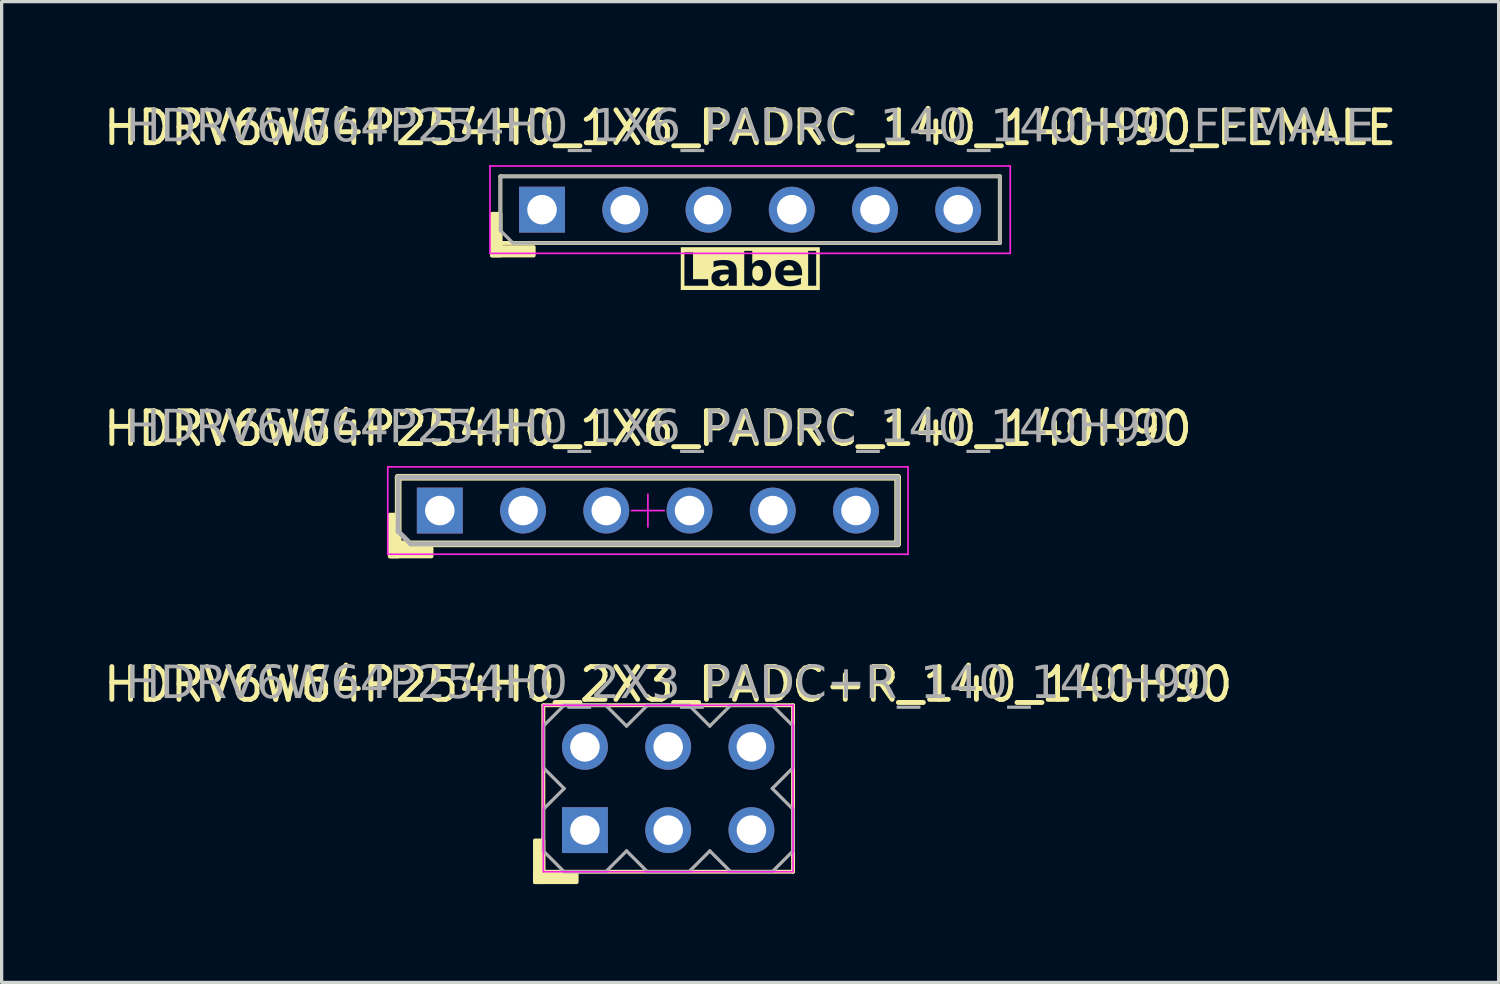
<source format=kicad_pcb>
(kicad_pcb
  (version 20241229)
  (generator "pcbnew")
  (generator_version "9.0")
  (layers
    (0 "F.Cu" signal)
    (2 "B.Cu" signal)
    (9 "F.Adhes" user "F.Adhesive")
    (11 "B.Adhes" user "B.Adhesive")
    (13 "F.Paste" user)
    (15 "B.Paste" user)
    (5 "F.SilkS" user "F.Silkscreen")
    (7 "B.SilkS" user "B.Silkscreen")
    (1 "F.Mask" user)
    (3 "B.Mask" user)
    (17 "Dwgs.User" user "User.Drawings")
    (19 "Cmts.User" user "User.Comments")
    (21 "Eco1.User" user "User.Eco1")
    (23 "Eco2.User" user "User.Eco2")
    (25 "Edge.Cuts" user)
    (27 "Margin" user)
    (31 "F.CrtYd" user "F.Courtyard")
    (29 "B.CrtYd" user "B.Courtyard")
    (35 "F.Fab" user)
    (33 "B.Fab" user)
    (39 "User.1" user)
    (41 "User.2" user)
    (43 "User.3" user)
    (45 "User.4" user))
  (footprint "HDRV6W64P254H0_2X3_PADC+R_140_140H90"
    (layer "F.Cu")
    (at 17.339 21.01)
    (property "Reference" "HDRV6W64P254H0_2X3_PADC+R_140_140H90" (at 0 -3.175 0) (layer "F.SilkS") (effects (font (size 1 1) (thickness 0.15))))
    (attr through_hole)
    (fp_line (start -3.81 2.54) (end -3.81 -2.54) (stroke (width 0.12) (type solid)) (layer "F.SilkS"))
    (fp_line (start 3.81 -2.54) (end -3.81 -2.54) (stroke (width 0.12) (type solid)) (layer "F.SilkS"))
    (fp_line (start 3.81 2.54) (end -3.81 2.54) (stroke (width 0.12) (type solid)) (layer "F.SilkS"))
    (fp_line (start 3.81 2.54) (end 3.81 -2.54) (stroke (width 0.12) (type solid)) (layer "F.SilkS"))
    (fp_rect (start -4.064 1.587) (end -3.81 2.857) (stroke (width 0.12) (type solid)) (fill yes) (layer "F.SilkS"))
    (fp_rect (start -4.064 2.603) (end -2.794 2.857) (stroke (width 0.12) (type solid)) (fill yes) (layer "F.SilkS"))
    (fp_line (start -3.81 2.54) (end -3.81 -2.54) (stroke (width 0.05) (type solid)) (layer "F.CrtYd"))
    (fp_line (start 3.81 -2.54) (end -3.81 -2.54) (stroke (width 0.05) (type solid)) (layer "F.CrtYd"))
    (fp_line (start 3.81 2.54) (end -3.81 2.54) (stroke (width 0.05) (type solid)) (layer "F.CrtYd"))
    (fp_line (start 3.81 2.54) (end 3.81 -2.54) (stroke (width 0.05) (type solid)) (layer "F.CrtYd"))
    (fp_line (start -3.81 -1.905) (end -3.81 -0.635) (stroke (width 0.1) (type solid)) (layer "F.Fab"))
    (fp_line (start -3.81 -1.905) (end -3.175 -2.54) (stroke (width 0.1) (type solid)) (layer "F.Fab"))
    (fp_line (start -3.81 0.635) (end -3.175 0) (stroke (width 0.1) (type solid)) (layer "F.Fab"))
    (fp_line (start -3.81 1.905) (end -3.81 0.635) (stroke (width 0.1) (type solid)) (layer "F.Fab"))
    (fp_line (start -3.175 -2.54) (end -1.905 -2.54) (stroke (width 0.1) (type solid)) (layer "F.Fab"))
    (fp_line (start -3.175 0) (end -3.81 -0.635) (stroke (width 0.1) (type solid)) (layer "F.Fab"))
    (fp_line (start -3.175 2.54) (end -3.81 1.905) (stroke (width 0.1) (type solid)) (layer "F.Fab"))
    (fp_line (start -1.905 -2.54) (end -1.27 -1.905) (stroke (width 0.1) (type solid)) (layer "F.Fab"))
    (fp_line (start -1.905 2.54) (end -3.175 2.54) (stroke (width 0.1) (type solid)) (layer "F.Fab"))
    (fp_line (start -1.27 -1.905) (end -0.635 -2.54) (stroke (width 0.1) (type solid)) (layer "F.Fab"))
    (fp_line (start -1.27 1.905) (end -1.905 2.54) (stroke (width 0.1) (type solid)) (layer "F.Fab"))
    (fp_line (start -0.635 -2.54) (end 0.635 -2.54) (stroke (width 0.1) (type solid)) (layer "F.Fab"))
    (fp_line (start -0.635 2.54) (end -1.27 1.905) (stroke (width 0.1) (type solid)) (layer "F.Fab"))
    (fp_line (start 0.635 -2.54) (end 1.27 -1.905) (stroke (width 0.1) (type solid)) (layer "F.Fab"))
    (fp_line (start 0.635 2.54) (end -0.635 2.54) (stroke (width 0.1) (type solid)) (layer "F.Fab"))
    (fp_line (start 1.27 -1.905) (end 1.905 -2.54) (stroke (width 0.1) (type solid)) (layer "F.Fab"))
    (fp_line (start 1.27 1.905) (end 0.635 2.54) (stroke (width 0.1) (type solid)) (layer "F.Fab"))
    (fp_line (start 1.905 -2.54) (end 3.175 -2.54) (stroke (width 0.1) (type solid)) (layer "F.Fab"))
    (fp_line (start 1.905 2.54) (end 1.27 1.905) (stroke (width 0.1) (type solid)) (layer "F.Fab"))
    (fp_line (start 3.175 -2.54) (end 3.81 -1.905) (stroke (width 0.1) (type solid)) (layer "F.Fab"))
    (fp_line (start 3.175 0) (end 3.81 0.635) (stroke (width 0.1) (type solid)) (layer "F.Fab"))
    (fp_line (start 3.175 2.54) (end 1.905 2.54) (stroke (width 0.1) (type solid)) (layer "F.Fab"))
    (fp_line (start 3.81 -1.905) (end 3.81 -0.635) (stroke (width 0.1) (type solid)) (layer "F.Fab"))
    (fp_line (start 3.81 -0.635) (end 3.175 0) (stroke (width 0.1) (type solid)) (layer "F.Fab"))
    (fp_line (start 3.81 0.635) (end 3.81 1.905) (stroke (width 0.1) (type solid)) (layer "F.Fab"))
    (fp_line (start 3.81 1.905) (end 3.175 2.54) (stroke (width 0.1) (type solid)) (layer "F.Fab"))
    (fp_rect (start -2.286 -1.524) (end -2.794 -1.016) (stroke (width 0.1) (type solid)) (fill no) (layer "F.Fab"))
    (fp_rect (start -2.286 1.016) (end -2.794 1.524) (stroke (width 0.1) (type solid)) (fill no) (layer "F.Fab"))
    (fp_rect (start 0.254 -1.524) (end -0.254 -1.016) (stroke (width 0.1) (type solid)) (fill no) (layer "F.Fab"))
    (fp_rect (start 0.254 1.016) (end -0.254 1.524) (stroke (width 0.1) (type solid)) (fill no) (layer "F.Fab"))
    (fp_rect (start 2.794 -1.524) (end 2.286 -1.016) (stroke (width 0.1) (type solid)) (fill no) (layer "F.Fab"))
    (fp_rect (start 2.794 1.016) (end 2.286 1.524) (stroke (width 0.1) (type solid)) (fill no) (layer "F.Fab"))
    (fp_text user "${REFERENCE}" (at 0 -3.175 0) (layer "F.Fab") (effects (font (face "Tahoma") (size 1 1) (thickness 0.15))))
    (pad "1" thru_hole rect (at -2.54 1.27) (size 1.4 1.4) (drill 0.9) (layers "*.Cu" "*.Mask"))
    (pad "2" thru_hole circle (at -2.54 -1.27) (size 1.4 1.4) (drill 0.9) (layers "*.Cu" "*.Mask"))
    (pad "3" thru_hole circle (at 0 1.27) (size 1.4 1.4) (drill 0.9) (layers "*.Cu" "*.Mask"))
    (pad "4" thru_hole circle (at 0 -1.27) (size 1.4 1.4) (drill 0.9) (layers "*.Cu" "*.Mask"))
    (pad "5" thru_hole circle (at 2.54 1.27) (size 1.4 1.4) (drill 0.9) (layers "*.Cu" "*.Mask"))
    (pad "6" thru_hole circle (at 2.54 -1.27) (size 1.4 1.4) (drill 0.9) (layers "*.Cu" "*.Mask")))
  (footprint "HDRV6W64P254H0_1X6_PADRC_140_140H90_FEMALE"
    (layer "F.Cu")
    (at 19.839 3.348)
    (property "Reference" "HDRV6W64P254H0_1X6_PADRC_140_140H90_FEMALE" (at 0 -2.5 0) (layer "F.SilkS") (effects (font (size 1 1) (thickness 0.15))))
    (property "Label" "Label" (at 0 1.905 0) (layer "F.SilkS" knockout) (effects (font (face "Tahoma") (size 1 1) (thickness 0.2) (bold yes))))
    (attr through_hole exclude_from_pos_files exclude_from_bom)
    (fp_line (start -7.62 -1.016) (end -7.62 1.27) (stroke (width 0.12) (type solid)) (layer "F.SilkS"))
    (fp_line (start -7.62 1.016) (end 7.62 1.016) (stroke (width 0.12) (type solid)) (layer "F.SilkS"))
    (fp_line (start 7.62 -1.016) (end -7.62 -1.016) (stroke (width 0.12) (type solid)) (layer "F.SilkS"))
    (fp_line (start 7.62 1.016) (end 7.62 -1.016) (stroke (width 0.12) (type solid)) (layer "F.SilkS"))
    (fp_rect (start -7.62 0.127) (end -7.874 1.397) (stroke (width 0.12) (type solid)) (fill yes) (layer "F.SilkS"))
    (fp_rect (start -6.604 1.397) (end -7.874 1.143) (stroke (width 0.12) (type solid)) (fill yes) (layer "F.SilkS"))
    (fp_line (start -7.938 1.333) (end -7.938 -1.333) (stroke (width 0.05) (type solid)) (layer "F.CrtYd"))
    (fp_line (start 7.938 -1.333) (end -7.938 -1.333) (stroke (width 0.05) (type solid)) (layer "F.CrtYd"))
    (fp_line (start 7.938 1.333) (end -7.938 1.333) (stroke (width 0.05) (type solid)) (layer "F.CrtYd"))
    (fp_line (start 7.938 1.333) (end 7.938 -1.333) (stroke (width 0.05) (type solid)) (layer "F.CrtYd"))
    (fp_line (start -7.62 -1.016) (end -7.62 0.635) (stroke (width 0.1) (type solid)) (layer "F.Fab"))
    (fp_line (start -7.62 -1.016) (end 7.62 -1.016) (stroke (width 0.1) (type solid)) (layer "F.Fab"))
    (fp_line (start -7.62 0.635) (end -7.239 1.016) (stroke (width 0.1) (type solid)) (layer "F.Fab"))
    (fp_line (start 7.62 -1.016) (end 7.62 1.016) (stroke (width 0.1) (type solid)) (layer "F.Fab"))
    (fp_line (start 7.62 1.016) (end -7.239 1.016) (stroke (width 0.1) (type solid)) (layer "F.Fab"))
    (fp_rect (start -6.096 -0.254) (end -6.604 0.254) (stroke (width 0.1) (type solid)) (fill no) (layer "F.Fab"))
    (fp_rect (start -3.556 -0.254) (end -4.064 0.254) (stroke (width 0.1) (type solid)) (fill no) (layer "F.Fab"))
    (fp_rect (start -1.016 -0.254) (end -1.524 0.254) (stroke (width 0.1) (type solid)) (fill no) (layer "F.Fab"))
    (fp_rect (start 1.524 -0.254) (end 1.016 0.254) (stroke (width 0.1) (type solid)) (fill no) (layer "F.Fab"))
    (fp_rect (start 4.064 -0.254) (end 3.556 0.254) (stroke (width 0.1) (type solid)) (fill no) (layer "F.Fab"))
    (fp_rect (start 6.604 -0.254) (end 6.096 0.254) (stroke (width 0.1) (type solid)) (fill no) (layer "F.Fab"))
    (fp_text user "${REFERENCE}" (at 0 -2.5 0) (layer "F.Fab") (effects (font (face "Tahoma") (size 1 1) (thickness 0.15))))
    (pad "1" thru_hole rect (at -6.35 0) (size 1.4 1.4) (drill 0.9) (layers "*.Cu" "*.Mask"))
    (pad "2" thru_hole circle (at -3.81 0) (size 1.4 1.4) (drill 0.9) (layers "*.Cu" "*.Mask"))
    (pad "3" thru_hole circle (at -1.27 0) (size 1.4 1.4) (drill 0.9) (layers "*.Cu" "*.Mask"))
    (pad "4" thru_hole circle (at 1.27 0) (size 1.4 1.4) (drill 0.9) (layers "*.Cu" "*.Mask"))
    (pad "5" thru_hole circle (at 3.81 0) (size 1.4 1.4) (drill 0.9) (layers "*.Cu" "*.Mask"))
    (pad "6" thru_hole circle (at 6.35 0) (size 1.4 1.4) (drill 0.9) (layers "*.Cu" "*.Mask")))
  (footprint "HDRV6W64P254H0_1X6_PADRC_140_140H90"
    (layer "F.Cu")
    (at 16.72 12.529)
    (property "Reference" "HDRV6W64P254H0_1X6_PADRC_140_140H90" (at 0 -2.5 0) (layer "F.SilkS") (effects (font (size 1 1) (thickness 0.15))))
    (attr through_hole exclude_from_pos_files exclude_from_bom)
    (fp_line (start -7.62 -1.016) (end -7.62 1.27) (stroke (width 0.203) (type solid)) (layer "F.SilkS"))
    (fp_line (start -7.62 1.016) (end 7.62 1.016) (stroke (width 0.203) (type solid)) (layer "F.SilkS"))
    (fp_line (start 7.62 -1.016) (end -7.62 -1.016) (stroke (width 0.203) (type solid)) (layer "F.SilkS"))
    (fp_line (start 7.62 1.016) (end 7.62 -1.016) (stroke (width 0.203) (type solid)) (layer "F.SilkS"))
    (fp_rect (start -7.62 0.127) (end -7.874 1.397) (stroke (width 0.12) (type solid)) (fill yes) (layer "F.SilkS"))
    (fp_rect (start -6.604 1.397) (end -7.874 1.143) (stroke (width 0.12) (type solid)) (fill yes) (layer "F.SilkS"))
    (fp_line (start -7.938 1.333) (end -7.938 -1.333) (stroke (width 0.05) (type solid)) (layer "F.CrtYd"))
    (fp_line (start -0.5 0) (end 0.5 0) (stroke (width 0.05) (type default)) (layer "F.CrtYd"))
    (fp_line (start 0 0.5) (end 0 -0.5) (stroke (width 0.05) (type default)) (layer "F.CrtYd"))
    (fp_line (start 7.938 -1.333) (end -7.938 -1.333) (stroke (width 0.05) (type solid)) (layer "F.CrtYd"))
    (fp_line (start 7.938 1.333) (end -7.938 1.333) (stroke (width 0.05) (type solid)) (layer "F.CrtYd"))
    (fp_line (start 7.938 1.333) (end 7.938 -1.333) (stroke (width 0.05) (type solid)) (layer "F.CrtYd"))
    (fp_line (start -7.62 -1.016) (end -7.62 0.635) (stroke (width 0.152) (type solid)) (layer "F.Fab"))
    (fp_line (start -7.62 -1.016) (end 7.62 -1.016) (stroke (width 0.152) (type solid)) (layer "F.Fab"))
    (fp_line (start -7.62 0.635) (end -7.239 1.016) (stroke (width 0.152) (type solid)) (layer "F.Fab"))
    (fp_line (start 7.62 -1.016) (end 7.62 1.016) (stroke (width 0.152) (type solid)) (layer "F.Fab"))
    (fp_line (start 7.62 1.016) (end -7.239 1.016) (stroke (width 0.152) (type solid)) (layer "F.Fab"))
    (fp_rect (start -6.096 -0.254) (end -6.604 0.254) (stroke (width 0.152) (type solid)) (fill no) (layer "F.Fab"))
    (fp_rect (start -3.556 -0.254) (end -4.064 0.254) (stroke (width 0.152) (type solid)) (fill no) (layer "F.Fab"))
    (fp_rect (start -1.016 -0.254) (end -1.524 0.254) (stroke (width 0.152) (type solid)) (fill no) (layer "F.Fab"))
    (fp_rect (start 1.524 -0.254) (end 1.016 0.254) (stroke (width 0.152) (type solid)) (fill no) (layer "F.Fab"))
    (fp_rect (start 4.064 -0.254) (end 3.556 0.254) (stroke (width 0.152) (type solid)) (fill no) (layer "F.Fab"))
    (fp_rect (start 6.604 -0.254) (end 6.096 0.254) (stroke (width 0.152) (type solid)) (fill no) (layer "F.Fab"))
    (fp_text user "${REFERENCE}" (at 0 -2.5 0) (layer "F.Fab") (effects (font (face "Tahoma") (size 1 1) (thickness 0.15))))
    (pad "1" thru_hole rect (at -6.35 0) (size 1.4 1.4) (drill 0.9) (layers "*.Cu" "*.Mask"))
    (pad "2" thru_hole circle (at -3.81 0) (size 1.4 1.4) (drill 0.9) (layers "*.Cu" "*.Mask"))
    (pad "3" thru_hole circle (at -1.27 0) (size 1.4 1.4) (drill 0.9) (layers "*.Cu" "*.Mask"))
    (pad "4" thru_hole circle (at 1.27 0) (size 1.4 1.4) (drill 0.9) (layers "*.Cu" "*.Mask"))
    (pad "5" thru_hole circle (at 3.81 0) (size 1.4 1.4) (drill 0.9) (layers "*.Cu" "*.Mask"))
    (pad "6" thru_hole circle (at 6.35 0) (size 1.4 1.4) (drill 0.9) (layers "*.Cu" "*.Mask")))
  (gr_rect
    (start -3 -3)
    (end 42.679 26.927)
    (stroke (width 0.1) (type default))
    (fill no)
    (layer "Edge.Cuts")))
</source>
